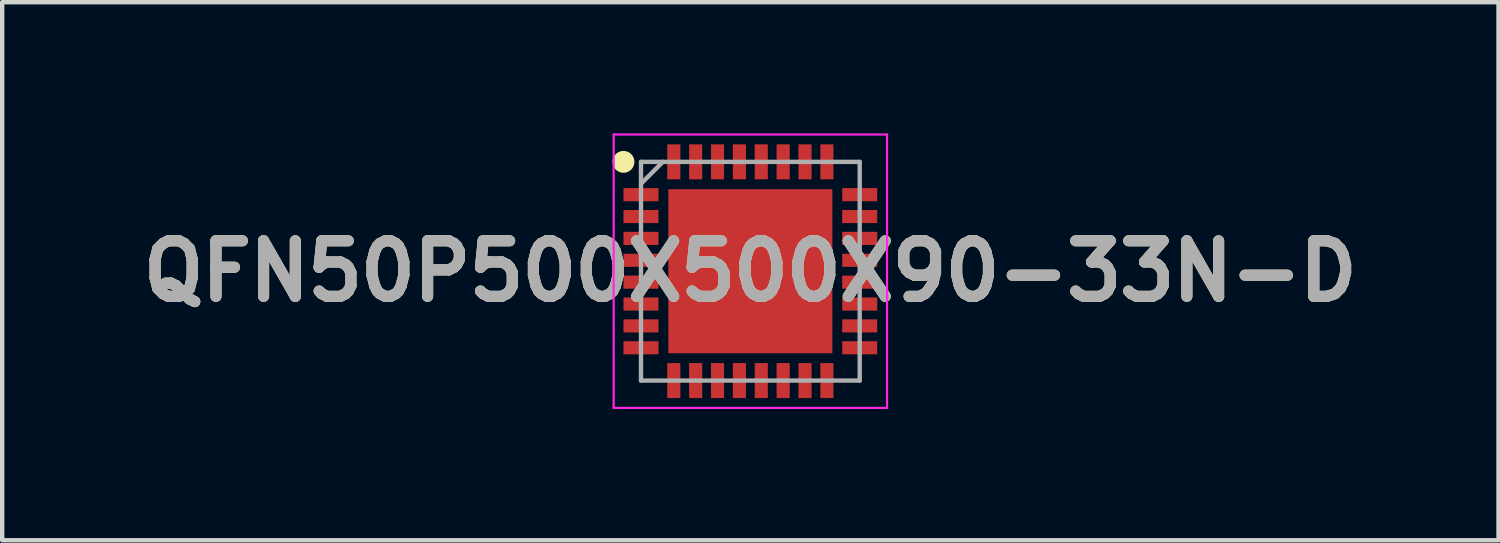
<source format=kicad_pcb>
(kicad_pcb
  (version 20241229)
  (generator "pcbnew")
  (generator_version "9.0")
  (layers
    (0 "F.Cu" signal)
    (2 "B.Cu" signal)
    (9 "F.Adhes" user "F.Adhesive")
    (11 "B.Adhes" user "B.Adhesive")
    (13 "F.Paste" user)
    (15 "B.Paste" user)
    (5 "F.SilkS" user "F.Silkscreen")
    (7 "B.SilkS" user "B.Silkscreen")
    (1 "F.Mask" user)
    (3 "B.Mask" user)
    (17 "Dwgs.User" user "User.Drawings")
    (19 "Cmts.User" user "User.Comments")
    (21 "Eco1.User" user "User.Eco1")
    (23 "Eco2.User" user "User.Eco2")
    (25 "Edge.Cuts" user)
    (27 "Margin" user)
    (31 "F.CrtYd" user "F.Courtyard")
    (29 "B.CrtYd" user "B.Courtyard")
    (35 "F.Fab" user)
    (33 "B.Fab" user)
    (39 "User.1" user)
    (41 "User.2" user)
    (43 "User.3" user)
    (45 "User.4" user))
  (footprint "QFN50P500X500X90-33N-D"
    (layer "F.Cu")
    (at 14.103 3.15)
    (property "Reference" "QFN50P500X500X90-33N-D" (at 0 0 0) (layer "F.SilkS") (effects (font (size 1.27 1.27) (thickness 0.254))))
    (attr smd)
    (fp_circle (center -2.9 -2.5) (end -2.9 -2.375) (stroke (width 0.25) (type solid)) (fill no) (layer "F.SilkS"))
    (fp_line (start -3.125 -3.125) (end 3.125 -3.125) (stroke (width 0.05) (type solid)) (layer "F.CrtYd"))
    (fp_line (start -3.125 3.125) (end -3.125 -3.125) (stroke (width 0.05) (type solid)) (layer "F.CrtYd"))
    (fp_line (start 3.125 -3.125) (end 3.125 3.125) (stroke (width 0.05) (type solid)) (layer "F.CrtYd"))
    (fp_line (start 3.125 3.125) (end -3.125 3.125) (stroke (width 0.05) (type solid)) (layer "F.CrtYd"))
    (fp_line (start -2.5 -2.5) (end 2.5 -2.5) (stroke (width 0.1) (type solid)) (layer "F.Fab"))
    (fp_line (start -2.5 -2) (end -2 -2.5) (stroke (width 0.1) (type solid)) (layer "F.Fab"))
    (fp_line (start -2.5 2.5) (end -2.5 -2.5) (stroke (width 0.1) (type solid)) (layer "F.Fab"))
    (fp_line (start 2.5 -2.5) (end 2.5 2.5) (stroke (width 0.1) (type solid)) (layer "F.Fab"))
    (fp_line (start 2.5 2.5) (end -2.5 2.5) (stroke (width 0.1) (type solid)) (layer "F.Fab"))
    (fp_text user "${REFERENCE}" (at 0 0 0) (layer "F.Fab") (effects (font (size 1.27 1.27) (thickness 0.254))))
    (pad "1" smd rect (at -2.5 -1.75 90) (size 0.3 0.8) (layers "F.Cu" "F.Mask" "F.Paste"))
    (pad "2" smd rect (at -2.5 -1.25 90) (size 0.3 0.8) (layers "F.Cu" "F.Mask" "F.Paste"))
    (pad "3" smd rect (at -2.5 -0.75 90) (size 0.3 0.8) (layers "F.Cu" "F.Mask" "F.Paste"))
    (pad "4" smd rect (at -2.5 -0.25 90) (size 0.3 0.8) (layers "F.Cu" "F.Mask" "F.Paste"))
    (pad "5" smd rect (at -2.5 0.25 90) (size 0.3 0.8) (layers "F.Cu" "F.Mask" "F.Paste"))
    (pad "6" smd rect (at -2.5 0.75 90) (size 0.3 0.8) (layers "F.Cu" "F.Mask" "F.Paste"))
    (pad "7" smd rect (at -2.5 1.25 90) (size 0.3 0.8) (layers "F.Cu" "F.Mask" "F.Paste"))
    (pad "8" smd rect (at -2.5 1.75 90) (size 0.3 0.8) (layers "F.Cu" "F.Mask" "F.Paste"))
    (pad "9" smd rect (at -1.75 2.5) (size 0.3 0.8) (layers "F.Cu" "F.Mask" "F.Paste"))
    (pad "10" smd rect (at -1.25 2.5) (size 0.3 0.8) (layers "F.Cu" "F.Mask" "F.Paste"))
    (pad "11" smd rect (at -0.75 2.5) (size 0.3 0.8) (layers "F.Cu" "F.Mask" "F.Paste"))
    (pad "12" smd rect (at -0.25 2.5) (size 0.3 0.8) (layers "F.Cu" "F.Mask" "F.Paste"))
    (pad "13" smd rect (at 0.25 2.5) (size 0.3 0.8) (layers "F.Cu" "F.Mask" "F.Paste"))
    (pad "14" smd rect (at 0.75 2.5) (size 0.3 0.8) (layers "F.Cu" "F.Mask" "F.Paste"))
    (pad "15" smd rect (at 1.25 2.5) (size 0.3 0.8) (layers "F.Cu" "F.Mask" "F.Paste"))
    (pad "16" smd rect (at 1.75 2.5) (size 0.3 0.8) (layers "F.Cu" "F.Mask" "F.Paste"))
    (pad "17" smd rect (at 2.5 1.75 90) (size 0.3 0.8) (layers "F.Cu" "F.Mask" "F.Paste"))
    (pad "18" smd rect (at 2.5 1.25 90) (size 0.3 0.8) (layers "F.Cu" "F.Mask" "F.Paste"))
    (pad "19" smd rect (at 2.5 0.75 90) (size 0.3 0.8) (layers "F.Cu" "F.Mask" "F.Paste"))
    (pad "20" smd rect (at 2.5 0.25 90) (size 0.3 0.8) (layers "F.Cu" "F.Mask" "F.Paste"))
    (pad "21" smd rect (at 2.5 -0.25 90) (size 0.3 0.8) (layers "F.Cu" "F.Mask" "F.Paste"))
    (pad "22" smd rect (at 2.5 -0.75 90) (size 0.3 0.8) (layers "F.Cu" "F.Mask" "F.Paste"))
    (pad "23" smd rect (at 2.5 -1.25 90) (size 0.3 0.8) (layers "F.Cu" "F.Mask" "F.Paste"))
    (pad "24" smd rect (at 2.5 -1.75 90) (size 0.3 0.8) (layers "F.Cu" "F.Mask" "F.Paste"))
    (pad "25" smd rect (at 1.75 -2.5) (size 0.3 0.8) (layers "F.Cu" "F.Mask" "F.Paste"))
    (pad "26" smd rect (at 1.25 -2.5) (size 0.3 0.8) (layers "F.Cu" "F.Mask" "F.Paste"))
    (pad "27" smd rect (at 0.75 -2.5) (size 0.3 0.8) (layers "F.Cu" "F.Mask" "F.Paste"))
    (pad "28" smd rect (at 0.25 -2.5) (size 0.3 0.8) (layers "F.Cu" "F.Mask" "F.Paste"))
    (pad "29" smd rect (at -0.25 -2.5) (size 0.3 0.8) (layers "F.Cu" "F.Mask" "F.Paste"))
    (pad "30" smd rect (at -0.75 -2.5) (size 0.3 0.8) (layers "F.Cu" "F.Mask" "F.Paste"))
    (pad "31" smd rect (at -1.25 -2.5) (size 0.3 0.8) (layers "F.Cu" "F.Mask" "F.Paste"))
    (pad "32" smd rect (at -1.75 -2.5) (size 0.3 0.8) (layers "F.Cu" "F.Mask" "F.Paste"))
    (pad "33" smd rect (at 0 0) (size 3.75 3.75) (layers "F.Cu" "F.Mask" "F.Paste")))
  (gr_rect
    (start -3 -3)
    (end 31.206 9.3)
    (stroke (width 0.1) (type default))
    (fill no)
    (layer "Edge.Cuts")))
</source>
